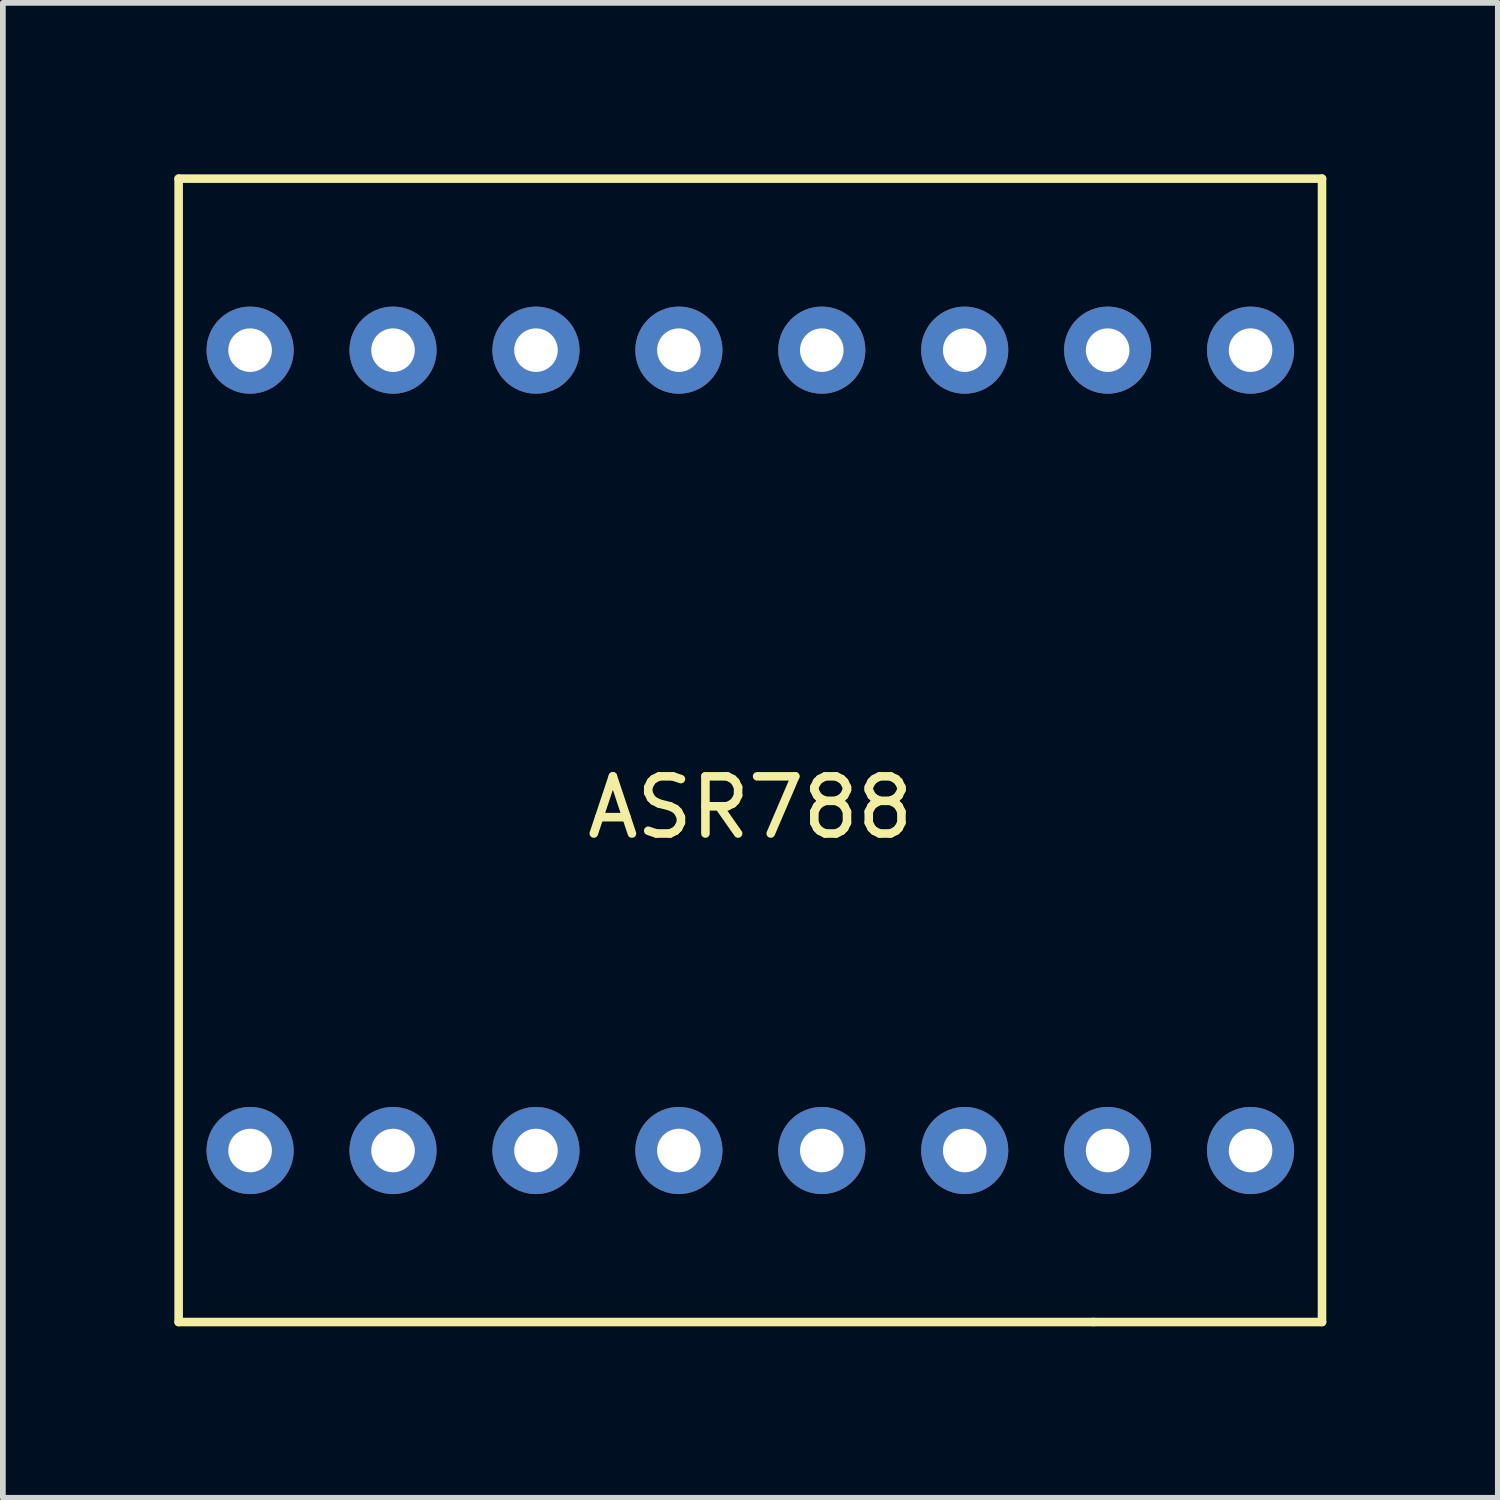
<source format=kicad_pcb>
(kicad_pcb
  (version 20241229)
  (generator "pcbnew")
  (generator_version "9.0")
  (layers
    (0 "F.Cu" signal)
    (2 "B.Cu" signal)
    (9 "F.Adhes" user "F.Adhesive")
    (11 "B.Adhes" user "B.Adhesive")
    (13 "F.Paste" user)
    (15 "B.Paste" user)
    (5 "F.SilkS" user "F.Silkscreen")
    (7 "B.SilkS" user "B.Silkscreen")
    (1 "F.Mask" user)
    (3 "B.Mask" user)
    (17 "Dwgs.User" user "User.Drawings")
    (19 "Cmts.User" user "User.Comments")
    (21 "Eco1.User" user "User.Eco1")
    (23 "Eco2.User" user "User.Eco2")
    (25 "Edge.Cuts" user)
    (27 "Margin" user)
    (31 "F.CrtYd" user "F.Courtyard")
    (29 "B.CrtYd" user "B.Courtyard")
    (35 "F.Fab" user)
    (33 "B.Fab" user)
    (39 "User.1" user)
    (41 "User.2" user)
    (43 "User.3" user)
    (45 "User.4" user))
  (footprint "ASR788"
    (layer "F.Cu")
    (at 10.075 10.075)
    (property "Reference" "ASR788" (at 0 1 0) (layer "F.SilkS") (effects (font (size 1 1) (thickness 0.15))))
    (attr through_hole)
    (fp_line (start -10 -10) (end 10 -10) (stroke (width 0.15) (type solid)) (layer "F.SilkS"))
    (fp_line (start -10 10) (end -10 -10) (stroke (width 0.15) (type solid)) (layer "F.SilkS"))
    (fp_line (start 6 10) (end -10 10) (stroke (width 0.15) (type solid)) (layer "F.SilkS"))
    (fp_line (start 10 -10) (end 10 10) (stroke (width 0.15) (type solid)) (layer "F.SilkS"))
    (fp_line (start 10 10) (end 6 10) (stroke (width 0.15) (type solid)) (layer "F.SilkS"))
    (pad "1" thru_hole circle (at -8.75 7) (size 1.524 1.524) (drill 0.762) (layers "*.Cu" "*.Mask"))
    (pad "2" thru_hole circle (at -6.25 7) (size 1.524 1.524) (drill 0.762) (layers "*.Cu" "*.Mask"))
    (pad "3" thru_hole circle (at -3.75 7) (size 1.524 1.524) (drill 0.762) (layers "*.Cu" "*.Mask"))
    (pad "4" thru_hole circle (at -1.25 7) (size 1.524 1.524) (drill 0.762) (layers "*.Cu" "*.Mask"))
    (pad "5" thru_hole circle (at 1.25 7) (size 1.524 1.524) (drill 0.762) (layers "*.Cu" "*.Mask"))
    (pad "6" thru_hole circle (at 3.75 7) (size 1.524 1.524) (drill 0.762) (layers "*.Cu" "*.Mask"))
    (pad "7" thru_hole circle (at 6.25 7) (size 1.524 1.524) (drill 0.762) (layers "*.Cu" "*.Mask"))
    (pad "8" thru_hole circle (at 8.75 7) (size 1.524 1.524) (drill 0.762) (layers "*.Cu" "*.Mask"))
    (pad "9" thru_hole circle (at 8.75 -7) (size 1.524 1.524) (drill 0.762) (layers "*.Cu" "*.Mask"))
    (pad "10" thru_hole circle (at 6.25 -7) (size 1.524 1.524) (drill 0.762) (layers "*.Cu" "*.Mask"))
    (pad "11" thru_hole circle (at 3.75 -7) (size 1.524 1.524) (drill 0.762) (layers "*.Cu" "*.Mask"))
    (pad "12" thru_hole circle (at 1.25 -7) (size 1.524 1.524) (drill 0.762) (layers "*.Cu" "*.Mask"))
    (pad "13" thru_hole circle (at -1.25 -7) (size 1.524 1.524) (drill 0.762) (layers "*.Cu" "*.Mask"))
    (pad "14" thru_hole circle (at -3.75 -7) (size 1.524 1.524) (drill 0.762) (layers "*.Cu" "*.Mask"))
    (pad "15" thru_hole circle (at -6.25 -7) (size 1.524 1.524) (drill 0.762) (layers "*.Cu" "*.Mask"))
    (pad "16" thru_hole circle (at -8.75 -7) (size 1.524 1.524) (drill 0.762) (layers "*.Cu" "*.Mask")))
  (gr_rect
    (start -3 -3)
    (end 23.15 23.15)
    (stroke (width 0.1) (type default))
    (fill no)
    (layer "Edge.Cuts")))
</source>
